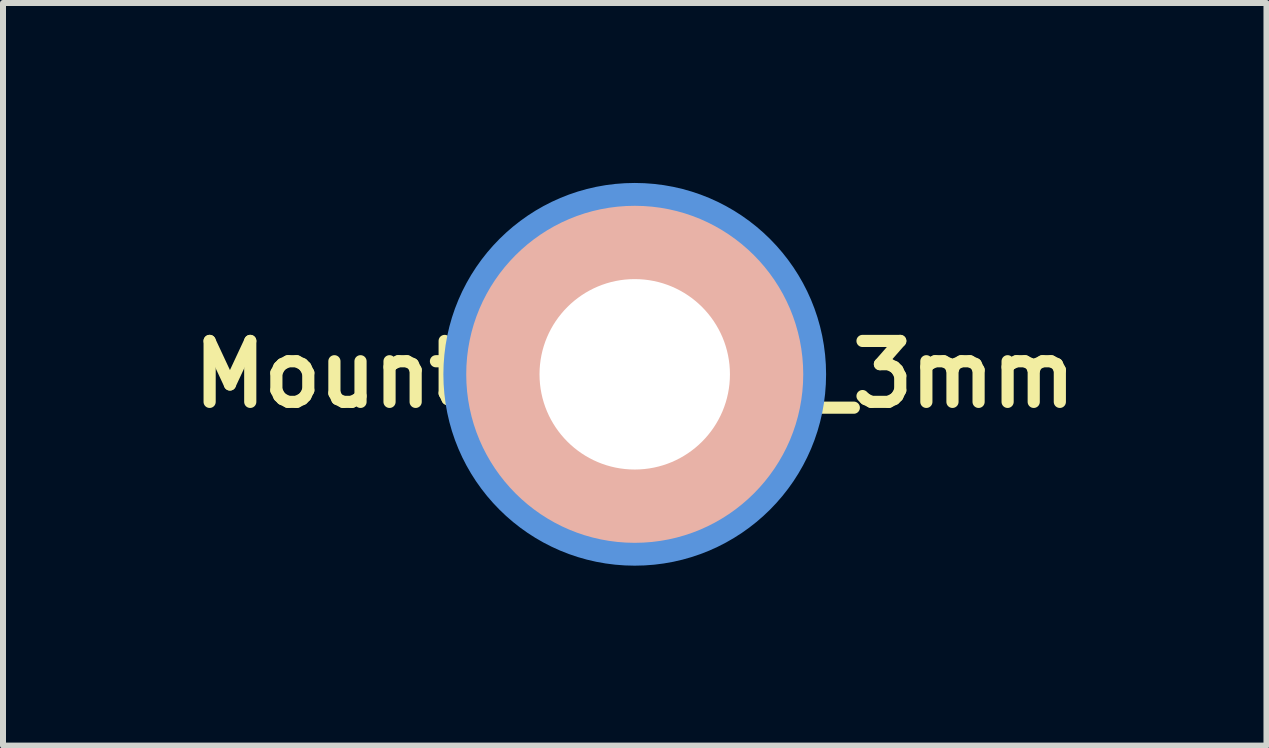
<source format=kicad_pcb>
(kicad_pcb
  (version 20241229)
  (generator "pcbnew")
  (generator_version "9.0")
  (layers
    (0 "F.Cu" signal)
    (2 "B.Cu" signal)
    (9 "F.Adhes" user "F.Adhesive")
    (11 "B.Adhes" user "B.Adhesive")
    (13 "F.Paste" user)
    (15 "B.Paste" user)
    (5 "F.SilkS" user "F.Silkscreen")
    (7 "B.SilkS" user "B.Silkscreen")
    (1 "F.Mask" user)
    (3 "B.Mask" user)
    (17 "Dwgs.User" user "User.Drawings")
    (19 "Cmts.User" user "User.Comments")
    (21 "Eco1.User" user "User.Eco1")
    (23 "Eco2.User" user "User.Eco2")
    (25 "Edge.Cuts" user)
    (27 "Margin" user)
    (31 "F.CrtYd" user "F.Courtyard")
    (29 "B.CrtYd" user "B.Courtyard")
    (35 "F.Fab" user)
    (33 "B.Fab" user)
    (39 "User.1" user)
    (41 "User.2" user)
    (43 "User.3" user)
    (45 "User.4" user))
  (footprint "MountingHole_3mm"
    (layer "F.Cu")
    (at 7.533 3.191)
    (property "Reference" "MountingHole_3mm" (at 0 0 0) (layer "F.SilkS") (effects (font (size 1.016 1.016) (thickness 0.203))))
    (attr through_hole)
    (fp_circle (center 0 0) (end 3 0) (stroke (width 0.381) (type solid)) (fill no) (layer "Cmts.User"))
    (pad "1" thru_hole circle (at 0 0) (size 6 6) (drill 3.175) (layers "*.Cu" "*.SilkS")))
  (gr_rect
    (start -3 -3)
    (end 18.066 9.381)
    (stroke (width 0.1) (type default))
    (fill no)
    (layer "Edge.Cuts")))
</source>
